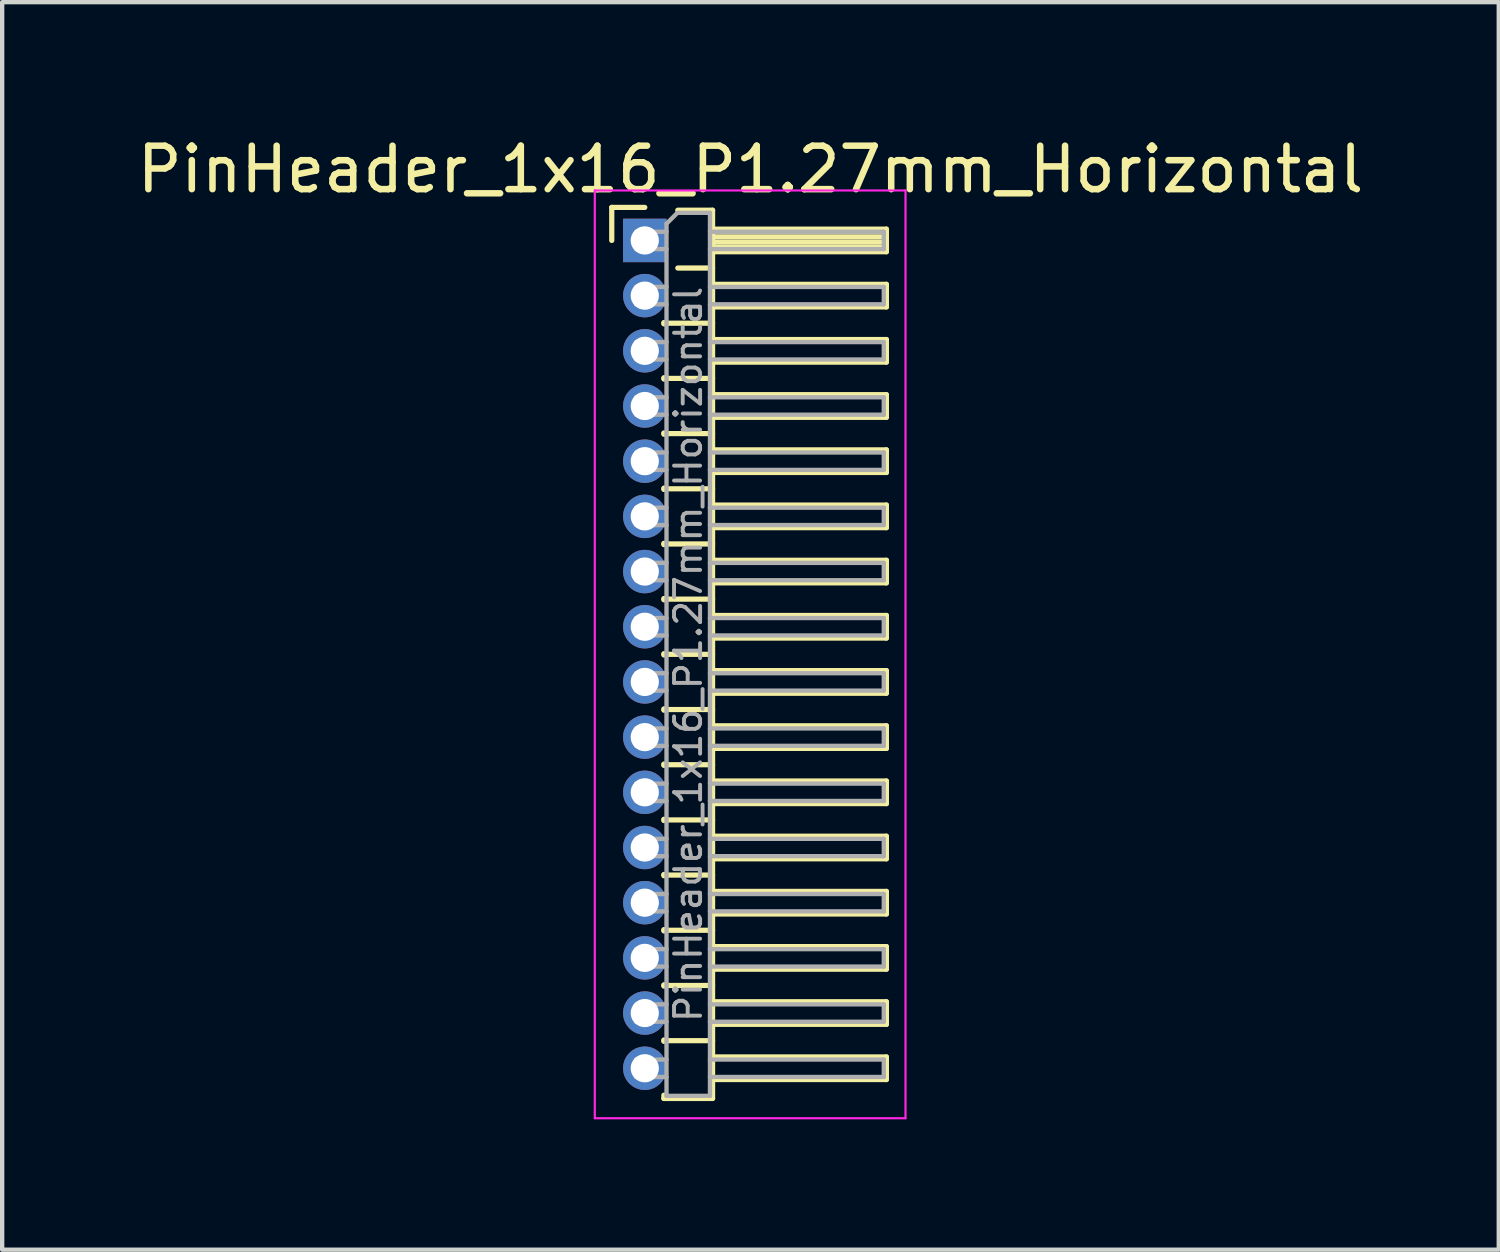
<source format=kicad_pcb>
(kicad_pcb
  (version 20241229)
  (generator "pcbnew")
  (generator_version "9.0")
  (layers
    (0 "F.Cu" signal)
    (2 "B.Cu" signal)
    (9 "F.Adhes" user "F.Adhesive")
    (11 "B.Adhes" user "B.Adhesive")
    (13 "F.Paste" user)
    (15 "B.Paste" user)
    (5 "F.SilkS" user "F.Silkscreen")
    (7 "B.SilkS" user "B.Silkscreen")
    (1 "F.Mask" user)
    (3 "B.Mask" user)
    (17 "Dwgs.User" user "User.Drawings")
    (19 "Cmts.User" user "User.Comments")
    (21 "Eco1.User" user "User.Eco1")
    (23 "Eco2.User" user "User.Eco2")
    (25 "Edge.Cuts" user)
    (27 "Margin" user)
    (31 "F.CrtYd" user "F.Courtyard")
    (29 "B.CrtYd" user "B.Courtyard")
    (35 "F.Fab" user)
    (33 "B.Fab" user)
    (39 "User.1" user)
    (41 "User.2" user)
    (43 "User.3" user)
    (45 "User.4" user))
  (footprint "PinHeader_1x16_P1.27mm_Horizontal"
    (layer "F.Cu")
    (at 11.788 2.483)
    (property "Reference" "PinHeader_1x16_P1.27mm_Horizontal" (at 2.433 -1.635 0) (layer "F.SilkS") (effects (font (size 1 1) (thickness 0.15))))
    (attr through_hole)
    (fp_line (start -0.76 -0.76) (end 0 -0.76) (stroke (width 0.12) (type solid)) (layer "F.SilkS"))
    (fp_line (start -0.76 0) (end -0.76 -0.76) (stroke (width 0.12) (type solid)) (layer "F.SilkS"))
    (fp_line (start 0.44 1.89) (end 0.44 1.92) (stroke (width 0.12) (type solid)) (layer "F.SilkS"))
    (fp_line (start 0.44 1.905) (end 1.56 1.905) (stroke (width 0.12) (type solid)) (layer "F.SilkS"))
    (fp_line (start 0.44 3.16) (end 0.44 3.19) (stroke (width 0.12) (type solid)) (layer "F.SilkS"))
    (fp_line (start 0.44 3.175) (end 1.56 3.175) (stroke (width 0.12) (type solid)) (layer "F.SilkS"))
    (fp_line (start 0.44 4.43) (end 0.44 4.46) (stroke (width 0.12) (type solid)) (layer "F.SilkS"))
    (fp_line (start 0.44 4.445) (end 1.56 4.445) (stroke (width 0.12) (type solid)) (layer "F.SilkS"))
    (fp_line (start 0.44 5.7) (end 0.44 5.73) (stroke (width 0.12) (type solid)) (layer "F.SilkS"))
    (fp_line (start 0.44 5.715) (end 1.56 5.715) (stroke (width 0.12) (type solid)) (layer "F.SilkS"))
    (fp_line (start 0.44 6.97) (end 0.44 7) (stroke (width 0.12) (type solid)) (layer "F.SilkS"))
    (fp_line (start 0.44 6.985) (end 1.56 6.985) (stroke (width 0.12) (type solid)) (layer "F.SilkS"))
    (fp_line (start 0.44 8.24) (end 0.44 8.27) (stroke (width 0.12) (type solid)) (layer "F.SilkS"))
    (fp_line (start 0.44 8.255) (end 1.56 8.255) (stroke (width 0.12) (type solid)) (layer "F.SilkS"))
    (fp_line (start 0.44 9.51) (end 0.44 9.54) (stroke (width 0.12) (type solid)) (layer "F.SilkS"))
    (fp_line (start 0.44 9.525) (end 1.56 9.525) (stroke (width 0.12) (type solid)) (layer "F.SilkS"))
    (fp_line (start 0.44 10.78) (end 0.44 10.81) (stroke (width 0.12) (type solid)) (layer "F.SilkS"))
    (fp_line (start 0.44 10.795) (end 1.56 10.795) (stroke (width 0.12) (type solid)) (layer "F.SilkS"))
    (fp_line (start 0.44 12.05) (end 0.44 12.08) (stroke (width 0.12) (type solid)) (layer "F.SilkS"))
    (fp_line (start 0.44 12.065) (end 1.56 12.065) (stroke (width 0.12) (type solid)) (layer "F.SilkS"))
    (fp_line (start 0.44 13.32) (end 0.44 13.35) (stroke (width 0.12) (type solid)) (layer "F.SilkS"))
    (fp_line (start 0.44 13.335) (end 1.56 13.335) (stroke (width 0.12) (type solid)) (layer "F.SilkS"))
    (fp_line (start 0.44 14.59) (end 0.44 14.62) (stroke (width 0.12) (type solid)) (layer "F.SilkS"))
    (fp_line (start 0.44 14.605) (end 1.56 14.605) (stroke (width 0.12) (type solid)) (layer "F.SilkS"))
    (fp_line (start 0.44 15.86) (end 0.44 15.89) (stroke (width 0.12) (type solid)) (layer "F.SilkS"))
    (fp_line (start 0.44 15.875) (end 1.56 15.875) (stroke (width 0.12) (type solid)) (layer "F.SilkS"))
    (fp_line (start 0.44 17.13) (end 0.44 17.16) (stroke (width 0.12) (type solid)) (layer "F.SilkS"))
    (fp_line (start 0.44 17.145) (end 1.56 17.145) (stroke (width 0.12) (type solid)) (layer "F.SilkS"))
    (fp_line (start 0.44 18.4) (end 0.44 18.43) (stroke (width 0.12) (type solid)) (layer "F.SilkS"))
    (fp_line (start 0.44 18.415) (end 1.56 18.415) (stroke (width 0.12) (type solid)) (layer "F.SilkS"))
    (fp_line (start 0.44 19.745) (end 0.44 19.67) (stroke (width 0.12) (type solid)) (layer "F.SilkS"))
    (fp_line (start 0.76 -0.695) (end 1.56 -0.695) (stroke (width 0.12) (type solid)) (layer "F.SilkS"))
    (fp_line (start 0.76 0.635) (end 1.56 0.635) (stroke (width 0.12) (type solid)) (layer "F.SilkS"))
    (fp_line (start 1.56 -0.695) (end 1.56 19.745) (stroke (width 0.12) (type solid)) (layer "F.SilkS"))
    (fp_line (start 1.56 -0.26) (end 5.56 -0.26) (stroke (width 0.12) (type solid)) (layer "F.SilkS"))
    (fp_line (start 1.56 -0.2) (end 5.56 -0.2) (stroke (width 0.12) (type solid)) (layer "F.SilkS"))
    (fp_line (start 1.56 -0.08) (end 5.56 -0.08) (stroke (width 0.12) (type solid)) (layer "F.SilkS"))
    (fp_line (start 1.56 0.04) (end 5.56 0.04) (stroke (width 0.12) (type solid)) (layer "F.SilkS"))
    (fp_line (start 1.56 0.16) (end 5.56 0.16) (stroke (width 0.12) (type solid)) (layer "F.SilkS"))
    (fp_line (start 1.56 1.01) (end 5.56 1.01) (stroke (width 0.12) (type solid)) (layer "F.SilkS"))
    (fp_line (start 1.56 2.28) (end 5.56 2.28) (stroke (width 0.12) (type solid)) (layer "F.SilkS"))
    (fp_line (start 1.56 3.55) (end 5.56 3.55) (stroke (width 0.12) (type solid)) (layer "F.SilkS"))
    (fp_line (start 1.56 4.82) (end 5.56 4.82) (stroke (width 0.12) (type solid)) (layer "F.SilkS"))
    (fp_line (start 1.56 6.09) (end 5.56 6.09) (stroke (width 0.12) (type solid)) (layer "F.SilkS"))
    (fp_line (start 1.56 7.36) (end 5.56 7.36) (stroke (width 0.12) (type solid)) (layer "F.SilkS"))
    (fp_line (start 1.56 8.63) (end 5.56 8.63) (stroke (width 0.12) (type solid)) (layer "F.SilkS"))
    (fp_line (start 1.56 9.9) (end 5.56 9.9) (stroke (width 0.12) (type solid)) (layer "F.SilkS"))
    (fp_line (start 1.56 11.17) (end 5.56 11.17) (stroke (width 0.12) (type solid)) (layer "F.SilkS"))
    (fp_line (start 1.56 12.44) (end 5.56 12.44) (stroke (width 0.12) (type solid)) (layer "F.SilkS"))
    (fp_line (start 1.56 13.71) (end 5.56 13.71) (stroke (width 0.12) (type solid)) (layer "F.SilkS"))
    (fp_line (start 1.56 14.98) (end 5.56 14.98) (stroke (width 0.12) (type solid)) (layer "F.SilkS"))
    (fp_line (start 1.56 16.25) (end 5.56 16.25) (stroke (width 0.12) (type solid)) (layer "F.SilkS"))
    (fp_line (start 1.56 17.52) (end 5.56 17.52) (stroke (width 0.12) (type solid)) (layer "F.SilkS"))
    (fp_line (start 1.56 18.79) (end 5.56 18.79) (stroke (width 0.12) (type solid)) (layer "F.SilkS"))
    (fp_line (start 1.56 19.745) (end 0.44 19.745) (stroke (width 0.12) (type solid)) (layer "F.SilkS"))
    (fp_line (start 5.56 -0.26) (end 5.56 0.26) (stroke (width 0.12) (type solid)) (layer "F.SilkS"))
    (fp_line (start 5.56 0.26) (end 1.56 0.26) (stroke (width 0.12) (type solid)) (layer "F.SilkS"))
    (fp_line (start 5.56 1.01) (end 5.56 1.53) (stroke (width 0.12) (type solid)) (layer "F.SilkS"))
    (fp_line (start 5.56 1.53) (end 1.56 1.53) (stroke (width 0.12) (type solid)) (layer "F.SilkS"))
    (fp_line (start 5.56 2.28) (end 5.56 2.8) (stroke (width 0.12) (type solid)) (layer "F.SilkS"))
    (fp_line (start 5.56 2.8) (end 1.56 2.8) (stroke (width 0.12) (type solid)) (layer "F.SilkS"))
    (fp_line (start 5.56 3.55) (end 5.56 4.07) (stroke (width 0.12) (type solid)) (layer "F.SilkS"))
    (fp_line (start 5.56 4.07) (end 1.56 4.07) (stroke (width 0.12) (type solid)) (layer "F.SilkS"))
    (fp_line (start 5.56 4.82) (end 5.56 5.34) (stroke (width 0.12) (type solid)) (layer "F.SilkS"))
    (fp_line (start 5.56 5.34) (end 1.56 5.34) (stroke (width 0.12) (type solid)) (layer "F.SilkS"))
    (fp_line (start 5.56 6.09) (end 5.56 6.61) (stroke (width 0.12) (type solid)) (layer "F.SilkS"))
    (fp_line (start 5.56 6.61) (end 1.56 6.61) (stroke (width 0.12) (type solid)) (layer "F.SilkS"))
    (fp_line (start 5.56 7.36) (end 5.56 7.88) (stroke (width 0.12) (type solid)) (layer "F.SilkS"))
    (fp_line (start 5.56 7.88) (end 1.56 7.88) (stroke (width 0.12) (type solid)) (layer "F.SilkS"))
    (fp_line (start 5.56 8.63) (end 5.56 9.15) (stroke (width 0.12) (type solid)) (layer "F.SilkS"))
    (fp_line (start 5.56 9.15) (end 1.56 9.15) (stroke (width 0.12) (type solid)) (layer "F.SilkS"))
    (fp_line (start 5.56 9.9) (end 5.56 10.42) (stroke (width 0.12) (type solid)) (layer "F.SilkS"))
    (fp_line (start 5.56 10.42) (end 1.56 10.42) (stroke (width 0.12) (type solid)) (layer "F.SilkS"))
    (fp_line (start 5.56 11.17) (end 5.56 11.69) (stroke (width 0.12) (type solid)) (layer "F.SilkS"))
    (fp_line (start 5.56 11.69) (end 1.56 11.69) (stroke (width 0.12) (type solid)) (layer "F.SilkS"))
    (fp_line (start 5.56 12.44) (end 5.56 12.96) (stroke (width 0.12) (type solid)) (layer "F.SilkS"))
    (fp_line (start 5.56 12.96) (end 1.56 12.96) (stroke (width 0.12) (type solid)) (layer "F.SilkS"))
    (fp_line (start 5.56 13.71) (end 5.56 14.23) (stroke (width 0.12) (type solid)) (layer "F.SilkS"))
    (fp_line (start 5.56 14.23) (end 1.56 14.23) (stroke (width 0.12) (type solid)) (layer "F.SilkS"))
    (fp_line (start 5.56 14.98) (end 5.56 15.5) (stroke (width 0.12) (type solid)) (layer "F.SilkS"))
    (fp_line (start 5.56 15.5) (end 1.56 15.5) (stroke (width 0.12) (type solid)) (layer "F.SilkS"))
    (fp_line (start 5.56 16.25) (end 5.56 16.77) (stroke (width 0.12) (type solid)) (layer "F.SilkS"))
    (fp_line (start 5.56 16.77) (end 1.56 16.77) (stroke (width 0.12) (type solid)) (layer "F.SilkS"))
    (fp_line (start 5.56 17.52) (end 5.56 18.04) (stroke (width 0.12) (type solid)) (layer "F.SilkS"))
    (fp_line (start 5.56 18.04) (end 1.56 18.04) (stroke (width 0.12) (type solid)) (layer "F.SilkS"))
    (fp_line (start 5.56 18.79) (end 5.56 19.31) (stroke (width 0.12) (type solid)) (layer "F.SilkS"))
    (fp_line (start 5.56 19.31) (end 1.56 19.31) (stroke (width 0.12) (type solid)) (layer "F.SilkS"))
    (fp_line (start -1.15 -1.15) (end -1.15 20.2) (stroke (width 0.05) (type solid)) (layer "F.CrtYd"))
    (fp_line (start -1.15 20.2) (end 6 20.2) (stroke (width 0.05) (type solid)) (layer "F.CrtYd"))
    (fp_line (start 6 -1.15) (end -1.15 -1.15) (stroke (width 0.05) (type solid)) (layer "F.CrtYd"))
    (fp_line (start 6 20.2) (end 6 -1.15) (stroke (width 0.05) (type solid)) (layer "F.CrtYd"))
    (fp_line (start -0.2 -0.2) (end -0.2 0.2) (stroke (width 0.1) (type solid)) (layer "F.Fab"))
    (fp_line (start -0.2 -0.2) (end 0.5 -0.2) (stroke (width 0.1) (type solid)) (layer "F.Fab"))
    (fp_line (start -0.2 0.2) (end 0.5 0.2) (stroke (width 0.1) (type solid)) (layer "F.Fab"))
    (fp_line (start -0.2 1.07) (end -0.2 1.47) (stroke (width 0.1) (type solid)) (layer "F.Fab"))
    (fp_line (start -0.2 1.07) (end 0.5 1.07) (stroke (width 0.1) (type solid)) (layer "F.Fab"))
    (fp_line (start -0.2 1.47) (end 0.5 1.47) (stroke (width 0.1) (type solid)) (layer "F.Fab"))
    (fp_line (start -0.2 2.34) (end -0.2 2.74) (stroke (width 0.1) (type solid)) (layer "F.Fab"))
    (fp_line (start -0.2 2.34) (end 0.5 2.34) (stroke (width 0.1) (type solid)) (layer "F.Fab"))
    (fp_line (start -0.2 2.74) (end 0.5 2.74) (stroke (width 0.1) (type solid)) (layer "F.Fab"))
    (fp_line (start -0.2 3.61) (end -0.2 4.01) (stroke (width 0.1) (type solid)) (layer "F.Fab"))
    (fp_line (start -0.2 3.61) (end 0.5 3.61) (stroke (width 0.1) (type solid)) (layer "F.Fab"))
    (fp_line (start -0.2 4.01) (end 0.5 4.01) (stroke (width 0.1) (type solid)) (layer "F.Fab"))
    (fp_line (start -0.2 4.88) (end -0.2 5.28) (stroke (width 0.1) (type solid)) (layer "F.Fab"))
    (fp_line (start -0.2 4.88) (end 0.5 4.88) (stroke (width 0.1) (type solid)) (layer "F.Fab"))
    (fp_line (start -0.2 5.28) (end 0.5 5.28) (stroke (width 0.1) (type solid)) (layer "F.Fab"))
    (fp_line (start -0.2 6.15) (end -0.2 6.55) (stroke (width 0.1) (type solid)) (layer "F.Fab"))
    (fp_line (start -0.2 6.15) (end 0.5 6.15) (stroke (width 0.1) (type solid)) (layer "F.Fab"))
    (fp_line (start -0.2 6.55) (end 0.5 6.55) (stroke (width 0.1) (type solid)) (layer "F.Fab"))
    (fp_line (start -0.2 7.42) (end -0.2 7.82) (stroke (width 0.1) (type solid)) (layer "F.Fab"))
    (fp_line (start -0.2 7.42) (end 0.5 7.42) (stroke (width 0.1) (type solid)) (layer "F.Fab"))
    (fp_line (start -0.2 7.82) (end 0.5 7.82) (stroke (width 0.1) (type solid)) (layer "F.Fab"))
    (fp_line (start -0.2 8.69) (end -0.2 9.09) (stroke (width 0.1) (type solid)) (layer "F.Fab"))
    (fp_line (start -0.2 8.69) (end 0.5 8.69) (stroke (width 0.1) (type solid)) (layer "F.Fab"))
    (fp_line (start -0.2 9.09) (end 0.5 9.09) (stroke (width 0.1) (type solid)) (layer "F.Fab"))
    (fp_line (start -0.2 9.96) (end -0.2 10.36) (stroke (width 0.1) (type solid)) (layer "F.Fab"))
    (fp_line (start -0.2 9.96) (end 0.5 9.96) (stroke (width 0.1) (type solid)) (layer "F.Fab"))
    (fp_line (start -0.2 10.36) (end 0.5 10.36) (stroke (width 0.1) (type solid)) (layer "F.Fab"))
    (fp_line (start -0.2 11.23) (end -0.2 11.63) (stroke (width 0.1) (type solid)) (layer "F.Fab"))
    (fp_line (start -0.2 11.23) (end 0.5 11.23) (stroke (width 0.1) (type solid)) (layer "F.Fab"))
    (fp_line (start -0.2 11.63) (end 0.5 11.63) (stroke (width 0.1) (type solid)) (layer "F.Fab"))
    (fp_line (start -0.2 12.5) (end -0.2 12.9) (stroke (width 0.1) (type solid)) (layer "F.Fab"))
    (fp_line (start -0.2 12.5) (end 0.5 12.5) (stroke (width 0.1) (type solid)) (layer "F.Fab"))
    (fp_line (start -0.2 12.9) (end 0.5 12.9) (stroke (width 0.1) (type solid)) (layer "F.Fab"))
    (fp_line (start -0.2 13.77) (end -0.2 14.17) (stroke (width 0.1) (type solid)) (layer "F.Fab"))
    (fp_line (start -0.2 13.77) (end 0.5 13.77) (stroke (width 0.1) (type solid)) (layer "F.Fab"))
    (fp_line (start -0.2 14.17) (end 0.5 14.17) (stroke (width 0.1) (type solid)) (layer "F.Fab"))
    (fp_line (start -0.2 15.04) (end -0.2 15.44) (stroke (width 0.1) (type solid)) (layer "F.Fab"))
    (fp_line (start -0.2 15.04) (end 0.5 15.04) (stroke (width 0.1) (type solid)) (layer "F.Fab"))
    (fp_line (start -0.2 15.44) (end 0.5 15.44) (stroke (width 0.1) (type solid)) (layer "F.Fab"))
    (fp_line (start -0.2 16.31) (end -0.2 16.71) (stroke (width 0.1) (type solid)) (layer "F.Fab"))
    (fp_line (start -0.2 16.31) (end 0.5 16.31) (stroke (width 0.1) (type solid)) (layer "F.Fab"))
    (fp_line (start -0.2 16.71) (end 0.5 16.71) (stroke (width 0.1) (type solid)) (layer "F.Fab"))
    (fp_line (start -0.2 17.58) (end -0.2 17.98) (stroke (width 0.1) (type solid)) (layer "F.Fab"))
    (fp_line (start -0.2 17.58) (end 0.5 17.58) (stroke (width 0.1) (type solid)) (layer "F.Fab"))
    (fp_line (start -0.2 17.98) (end 0.5 17.98) (stroke (width 0.1) (type solid)) (layer "F.Fab"))
    (fp_line (start -0.2 18.85) (end -0.2 19.25) (stroke (width 0.1) (type solid)) (layer "F.Fab"))
    (fp_line (start -0.2 18.85) (end 0.5 18.85) (stroke (width 0.1) (type solid)) (layer "F.Fab"))
    (fp_line (start -0.2 19.25) (end 0.5 19.25) (stroke (width 0.1) (type solid)) (layer "F.Fab"))
    (fp_line (start 0.5 -0.385) (end 0.75 -0.635) (stroke (width 0.1) (type solid)) (layer "F.Fab"))
    (fp_line (start 0.5 19.685) (end 0.5 -0.385) (stroke (width 0.1) (type solid)) (layer "F.Fab"))
    (fp_line (start 0.75 -0.635) (end 1.5 -0.635) (stroke (width 0.1) (type solid)) (layer "F.Fab"))
    (fp_line (start 1.5 -0.635) (end 1.5 19.685) (stroke (width 0.1) (type solid)) (layer "F.Fab"))
    (fp_line (start 1.5 -0.2) (end 5.5 -0.2) (stroke (width 0.1) (type solid)) (layer "F.Fab"))
    (fp_line (start 1.5 0.2) (end 5.5 0.2) (stroke (width 0.1) (type solid)) (layer "F.Fab"))
    (fp_line (start 1.5 1.07) (end 5.5 1.07) (stroke (width 0.1) (type solid)) (layer "F.Fab"))
    (fp_line (start 1.5 1.47) (end 5.5 1.47) (stroke (width 0.1) (type solid)) (layer "F.Fab"))
    (fp_line (start 1.5 2.34) (end 5.5 2.34) (stroke (width 0.1) (type solid)) (layer "F.Fab"))
    (fp_line (start 1.5 2.74) (end 5.5 2.74) (stroke (width 0.1) (type solid)) (layer "F.Fab"))
    (fp_line (start 1.5 3.61) (end 5.5 3.61) (stroke (width 0.1) (type solid)) (layer "F.Fab"))
    (fp_line (start 1.5 4.01) (end 5.5 4.01) (stroke (width 0.1) (type solid)) (layer "F.Fab"))
    (fp_line (start 1.5 4.88) (end 5.5 4.88) (stroke (width 0.1) (type solid)) (layer "F.Fab"))
    (fp_line (start 1.5 5.28) (end 5.5 5.28) (stroke (width 0.1) (type solid)) (layer "F.Fab"))
    (fp_line (start 1.5 6.15) (end 5.5 6.15) (stroke (width 0.1) (type solid)) (layer "F.Fab"))
    (fp_line (start 1.5 6.55) (end 5.5 6.55) (stroke (width 0.1) (type solid)) (layer "F.Fab"))
    (fp_line (start 1.5 7.42) (end 5.5 7.42) (stroke (width 0.1) (type solid)) (layer "F.Fab"))
    (fp_line (start 1.5 7.82) (end 5.5 7.82) (stroke (width 0.1) (type solid)) (layer "F.Fab"))
    (fp_line (start 1.5 8.69) (end 5.5 8.69) (stroke (width 0.1) (type solid)) (layer "F.Fab"))
    (fp_line (start 1.5 9.09) (end 5.5 9.09) (stroke (width 0.1) (type solid)) (layer "F.Fab"))
    (fp_line (start 1.5 9.96) (end 5.5 9.96) (stroke (width 0.1) (type solid)) (layer "F.Fab"))
    (fp_line (start 1.5 10.36) (end 5.5 10.36) (stroke (width 0.1) (type solid)) (layer "F.Fab"))
    (fp_line (start 1.5 11.23) (end 5.5 11.23) (stroke (width 0.1) (type solid)) (layer "F.Fab"))
    (fp_line (start 1.5 11.63) (end 5.5 11.63) (stroke (width 0.1) (type solid)) (layer "F.Fab"))
    (fp_line (start 1.5 12.5) (end 5.5 12.5) (stroke (width 0.1) (type solid)) (layer "F.Fab"))
    (fp_line (start 1.5 12.9) (end 5.5 12.9) (stroke (width 0.1) (type solid)) (layer "F.Fab"))
    (fp_line (start 1.5 13.77) (end 5.5 13.77) (stroke (width 0.1) (type solid)) (layer "F.Fab"))
    (fp_line (start 1.5 14.17) (end 5.5 14.17) (stroke (width 0.1) (type solid)) (layer "F.Fab"))
    (fp_line (start 1.5 15.04) (end 5.5 15.04) (stroke (width 0.1) (type solid)) (layer "F.Fab"))
    (fp_line (start 1.5 15.44) (end 5.5 15.44) (stroke (width 0.1) (type solid)) (layer "F.Fab"))
    (fp_line (start 1.5 16.31) (end 5.5 16.31) (stroke (width 0.1) (type solid)) (layer "F.Fab"))
    (fp_line (start 1.5 16.71) (end 5.5 16.71) (stroke (width 0.1) (type solid)) (layer "F.Fab"))
    (fp_line (start 1.5 17.58) (end 5.5 17.58) (stroke (width 0.1) (type solid)) (layer "F.Fab"))
    (fp_line (start 1.5 17.98) (end 5.5 17.98) (stroke (width 0.1) (type solid)) (layer "F.Fab"))
    (fp_line (start 1.5 18.85) (end 5.5 18.85) (stroke (width 0.1) (type solid)) (layer "F.Fab"))
    (fp_line (start 1.5 19.25) (end 5.5 19.25) (stroke (width 0.1) (type solid)) (layer "F.Fab"))
    (fp_line (start 1.5 19.685) (end 0.5 19.685) (stroke (width 0.1) (type solid)) (layer "F.Fab"))
    (fp_line (start 5.5 -0.2) (end 5.5 0.2) (stroke (width 0.1) (type solid)) (layer "F.Fab"))
    (fp_line (start 5.5 1.07) (end 5.5 1.47) (stroke (width 0.1) (type solid)) (layer "F.Fab"))
    (fp_line (start 5.5 2.34) (end 5.5 2.74) (stroke (width 0.1) (type solid)) (layer "F.Fab"))
    (fp_line (start 5.5 3.61) (end 5.5 4.01) (stroke (width 0.1) (type solid)) (layer "F.Fab"))
    (fp_line (start 5.5 4.88) (end 5.5 5.28) (stroke (width 0.1) (type solid)) (layer "F.Fab"))
    (fp_line (start 5.5 6.15) (end 5.5 6.55) (stroke (width 0.1) (type solid)) (layer "F.Fab"))
    (fp_line (start 5.5 7.42) (end 5.5 7.82) (stroke (width 0.1) (type solid)) (layer "F.Fab"))
    (fp_line (start 5.5 8.69) (end 5.5 9.09) (stroke (width 0.1) (type solid)) (layer "F.Fab"))
    (fp_line (start 5.5 9.96) (end 5.5 10.36) (stroke (width 0.1) (type solid)) (layer "F.Fab"))
    (fp_line (start 5.5 11.23) (end 5.5 11.63) (stroke (width 0.1) (type solid)) (layer "F.Fab"))
    (fp_line (start 5.5 12.5) (end 5.5 12.9) (stroke (width 0.1) (type solid)) (layer "F.Fab"))
    (fp_line (start 5.5 13.77) (end 5.5 14.17) (stroke (width 0.1) (type solid)) (layer "F.Fab"))
    (fp_line (start 5.5 15.04) (end 5.5 15.44) (stroke (width 0.1) (type solid)) (layer "F.Fab"))
    (fp_line (start 5.5 16.31) (end 5.5 16.71) (stroke (width 0.1) (type solid)) (layer "F.Fab"))
    (fp_line (start 5.5 17.58) (end 5.5 17.98) (stroke (width 0.1) (type solid)) (layer "F.Fab"))
    (fp_line (start 5.5 18.85) (end 5.5 19.25) (stroke (width 0.1) (type solid)) (layer "F.Fab"))
    (fp_text user "${REFERENCE}" (at 1 9.525 90) (layer "F.Fab") (effects (font (size 0.6 0.6) (thickness 0.09))))
    (pad "1" thru_hole rect (at 0 0) (size 1 1) (drill 0.65) (layers "*.Cu" "*.Mask"))
    (pad "2" thru_hole oval (at 0 1.27) (size 1 1) (drill 0.65) (layers "*.Cu" "*.Mask"))
    (pad "3" thru_hole oval (at 0 2.54) (size 1 1) (drill 0.65) (layers "*.Cu" "*.Mask"))
    (pad "4" thru_hole oval (at 0 3.81) (size 1 1) (drill 0.65) (layers "*.Cu" "*.Mask"))
    (pad "5" thru_hole oval (at 0 5.08) (size 1 1) (drill 0.65) (layers "*.Cu" "*.Mask"))
    (pad "6" thru_hole oval (at 0 6.35) (size 1 1) (drill 0.65) (layers "*.Cu" "*.Mask"))
    (pad "7" thru_hole oval (at 0 7.62) (size 1 1) (drill 0.65) (layers "*.Cu" "*.Mask"))
    (pad "8" thru_hole oval (at 0 8.89) (size 1 1) (drill 0.65) (layers "*.Cu" "*.Mask"))
    (pad "9" thru_hole oval (at 0 10.16) (size 1 1) (drill 0.65) (layers "*.Cu" "*.Mask"))
    (pad "10" thru_hole oval (at 0 11.43) (size 1 1) (drill 0.65) (layers "*.Cu" "*.Mask"))
    (pad "11" thru_hole oval (at 0 12.7) (size 1 1) (drill 0.65) (layers "*.Cu" "*.Mask"))
    (pad "12" thru_hole oval (at 0 13.97) (size 1 1) (drill 0.65) (layers "*.Cu" "*.Mask"))
    (pad "13" thru_hole oval (at 0 15.24) (size 1 1) (drill 0.65) (layers "*.Cu" "*.Mask"))
    (pad "14" thru_hole oval (at 0 16.51) (size 1 1) (drill 0.65) (layers "*.Cu" "*.Mask"))
    (pad "15" thru_hole oval (at 0 17.78) (size 1 1) (drill 0.65) (layers "*.Cu" "*.Mask"))
    (pad "16" thru_hole oval (at 0 19.05) (size 1 1) (drill 0.65) (layers "*.Cu" "*.Mask")))
  (gr_rect
    (start -3 -3)
    (end 31.44 25.708)
    (stroke (width 0.1) (type default))
    (fill no)
    (layer "Edge.Cuts")))
</source>
